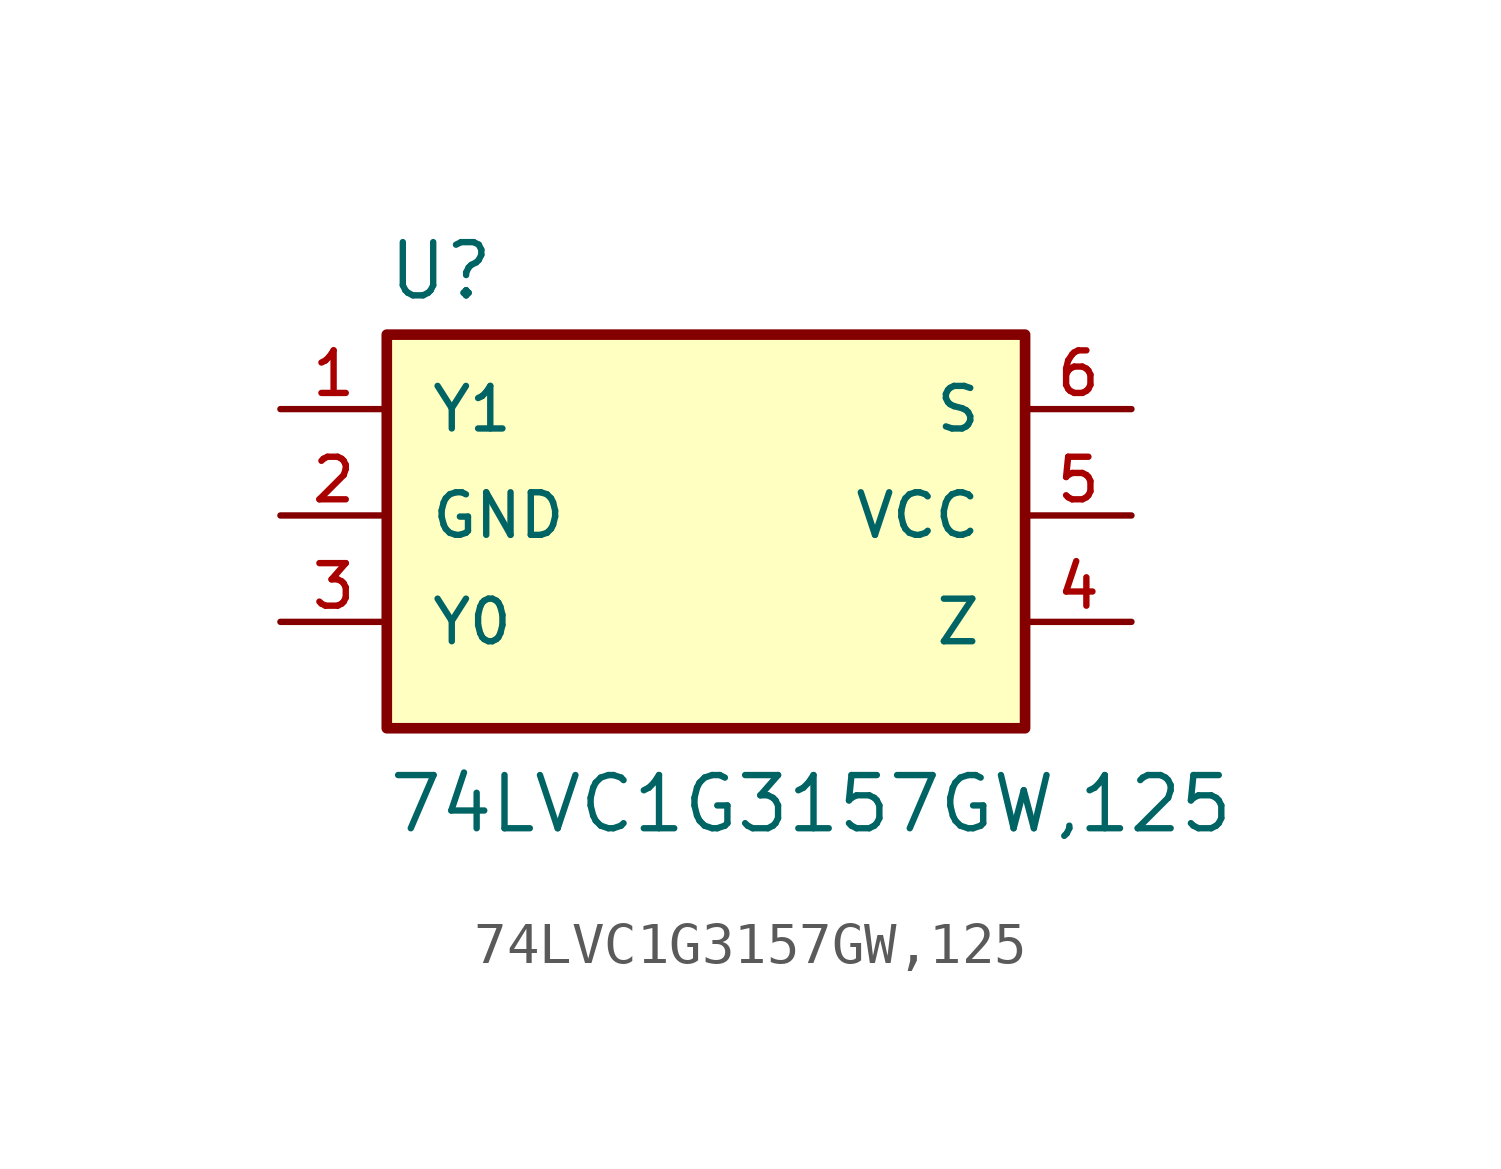
<source format=kicad_sym>
(kicad_symbol_lib
  (version 20211014)
  (generator kicad_symbol_editor)
  (symbol "74LVC1G3157GW,125"
    (pin_names
      (offset 1.016))
    (property "Reference" "U"
      (at -7.64 5.093 0)
      (effects (font (size 1.27 1.27)) (justify bottom left)))
    (property "Value" "74LVC1G3157GW,125"
      (at -7.631 -7.631 0)
      (effects (font (size 1.27 1.27)) (justify bottom left)))
    (symbol "74LVC1G3157GW,125_0_0"
      (rectangle (start -7.62 -5.08) (end 7.62 4.318) (stroke (width 0.254)) (fill (type background)))
      (pin bidirectional line (at -10.16 2.54 0) (length 2.54) (name "Y1" (effects (font (size 1.016 1.016)))) (number "1" (effects (font (size 1.016 1.016)))))
      (pin power_in line (at -10.16 0.0 0) (length 2.54) (name "GND" (effects (font (size 1.016 1.016)))) (number "2" (effects (font (size 1.016 1.016)))))
      (pin bidirectional line (at -10.16 -2.54 0) (length 2.54) (name "Y0" (effects (font (size 1.016 1.016)))) (number "3" (effects (font (size 1.016 1.016)))))
      (pin bidirectional line (at 10.16 2.54 180.0) (length 2.54) (name "S" (effects (font (size 1.016 1.016)))) (number "6" (effects (font (size 1.016 1.016)))))
      (pin power_in line (at 10.16 0.0 180.0) (length 2.54) (name "VCC" (effects (font (size 1.016 1.016)))) (number "5" (effects (font (size 1.016 1.016)))))
      (pin bidirectional line (at 10.16 -2.54 180.0) (length 2.54) (name "Z" (effects (font (size 1.016 1.016)))) (number "4" (effects (font (size 1.016 1.016))))))))
</source>
